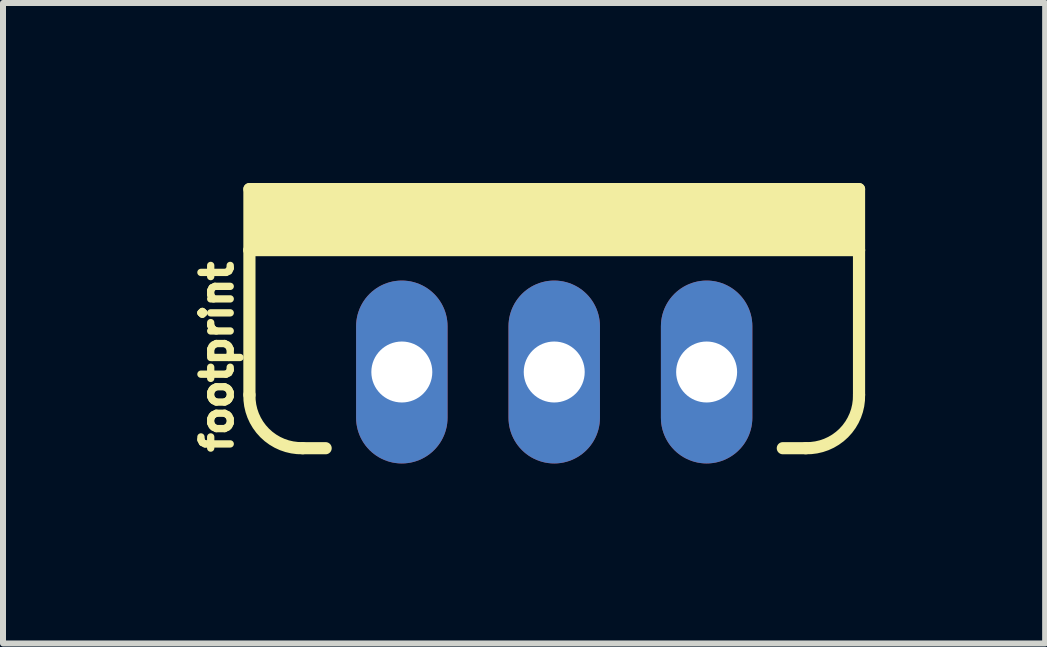
<source format=kicad_pcb>
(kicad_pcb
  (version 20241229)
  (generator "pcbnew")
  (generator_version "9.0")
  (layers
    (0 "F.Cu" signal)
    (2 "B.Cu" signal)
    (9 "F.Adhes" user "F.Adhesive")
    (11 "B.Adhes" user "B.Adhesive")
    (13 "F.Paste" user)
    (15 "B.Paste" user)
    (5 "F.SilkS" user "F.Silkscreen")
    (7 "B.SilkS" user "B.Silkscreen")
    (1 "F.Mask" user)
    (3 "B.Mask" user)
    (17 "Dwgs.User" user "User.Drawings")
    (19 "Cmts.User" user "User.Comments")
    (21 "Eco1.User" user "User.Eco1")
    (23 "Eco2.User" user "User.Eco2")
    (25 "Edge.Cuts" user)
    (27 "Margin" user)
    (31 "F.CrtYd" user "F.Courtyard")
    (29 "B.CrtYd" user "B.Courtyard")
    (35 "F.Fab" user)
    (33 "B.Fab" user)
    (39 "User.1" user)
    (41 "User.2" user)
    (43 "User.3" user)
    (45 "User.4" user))
  (footprint "footprint"
    (layer "F.Cu")
    (at 6.187 3.15)
    (property "Reference" "footprint" (at -5.334 -0.254 90) (layer "F.SilkS") (effects (font (size 0.488 0.488) (thickness 0.122)) (justify bottom)))
    (fp_line (start -5.08 -3.048) (end 5.08 -3.048) (stroke (width 0.203) (type solid)) (layer "F.SilkS"))
    (fp_line (start -5.08 -2.032) (end -5.08 -3.048) (stroke (width 0.203) (type solid)) (layer "F.SilkS"))
    (fp_line (start -5.08 -2.032) (end -5.08 0.381) (stroke (width 0.203) (type solid)) (layer "F.SilkS"))
    (fp_line (start -4.191 1.27) (end -3.81 1.27) (stroke (width 0.203) (type solid)) (layer "F.SilkS"))
    (fp_line (start 4.191 1.27) (end 3.81 1.27) (stroke (width 0.203) (type solid)) (layer "F.SilkS"))
    (fp_line (start 5.08 -3.048) (end 5.08 -2.032) (stroke (width 0.203) (type solid)) (layer "F.SilkS"))
    (fp_line (start 5.08 -2.032) (end -5.08 -2.032) (stroke (width 0.203) (type solid)) (layer "F.SilkS"))
    (fp_line (start 5.08 -2.032) (end 5.08 0.381) (stroke (width 0.203) (type solid)) (layer "F.SilkS"))
    (fp_arc (start -4.190998 1.27) (mid -4.826009 1.016011) (end -5.08 0.381) (stroke (width 0.2032) (type solid)) (layer "F.SilkS"))
    (fp_arc (start 5.08 0.380998) (mid 4.826011 1.016009) (end 4.191 1.27) (stroke (width 0.2032) (type solid)) (layer "F.SilkS"))
    (fp_poly (pts (xy -5.08 -2.032) (xy 5.08 -2.032) (xy 5.08 -3.048) (xy -5.08 -3.048)) (stroke (width 0) (type solid)) (fill yes) (layer "F.SilkS"))
    (pad "1" thru_hole oval (at -2.54 0 90) (size 3.048 1.524) (drill 1.016) (layers "*.Cu" "*.Mask"))
    (pad "2" thru_hole oval (at 0 0 90) (size 3.048 1.524) (drill 1.016) (layers "*.Cu" "*.Mask"))
    (pad "3" thru_hole oval (at 2.54 0 90) (size 3.048 1.524) (drill 1.016) (layers "*.Cu" "*.Mask")))
  (gr_rect
    (start -3 -3)
    (end 14.369 7.674)
    (stroke (width 0.1) (type default))
    (fill no)
    (layer "Edge.Cuts")))
</source>
